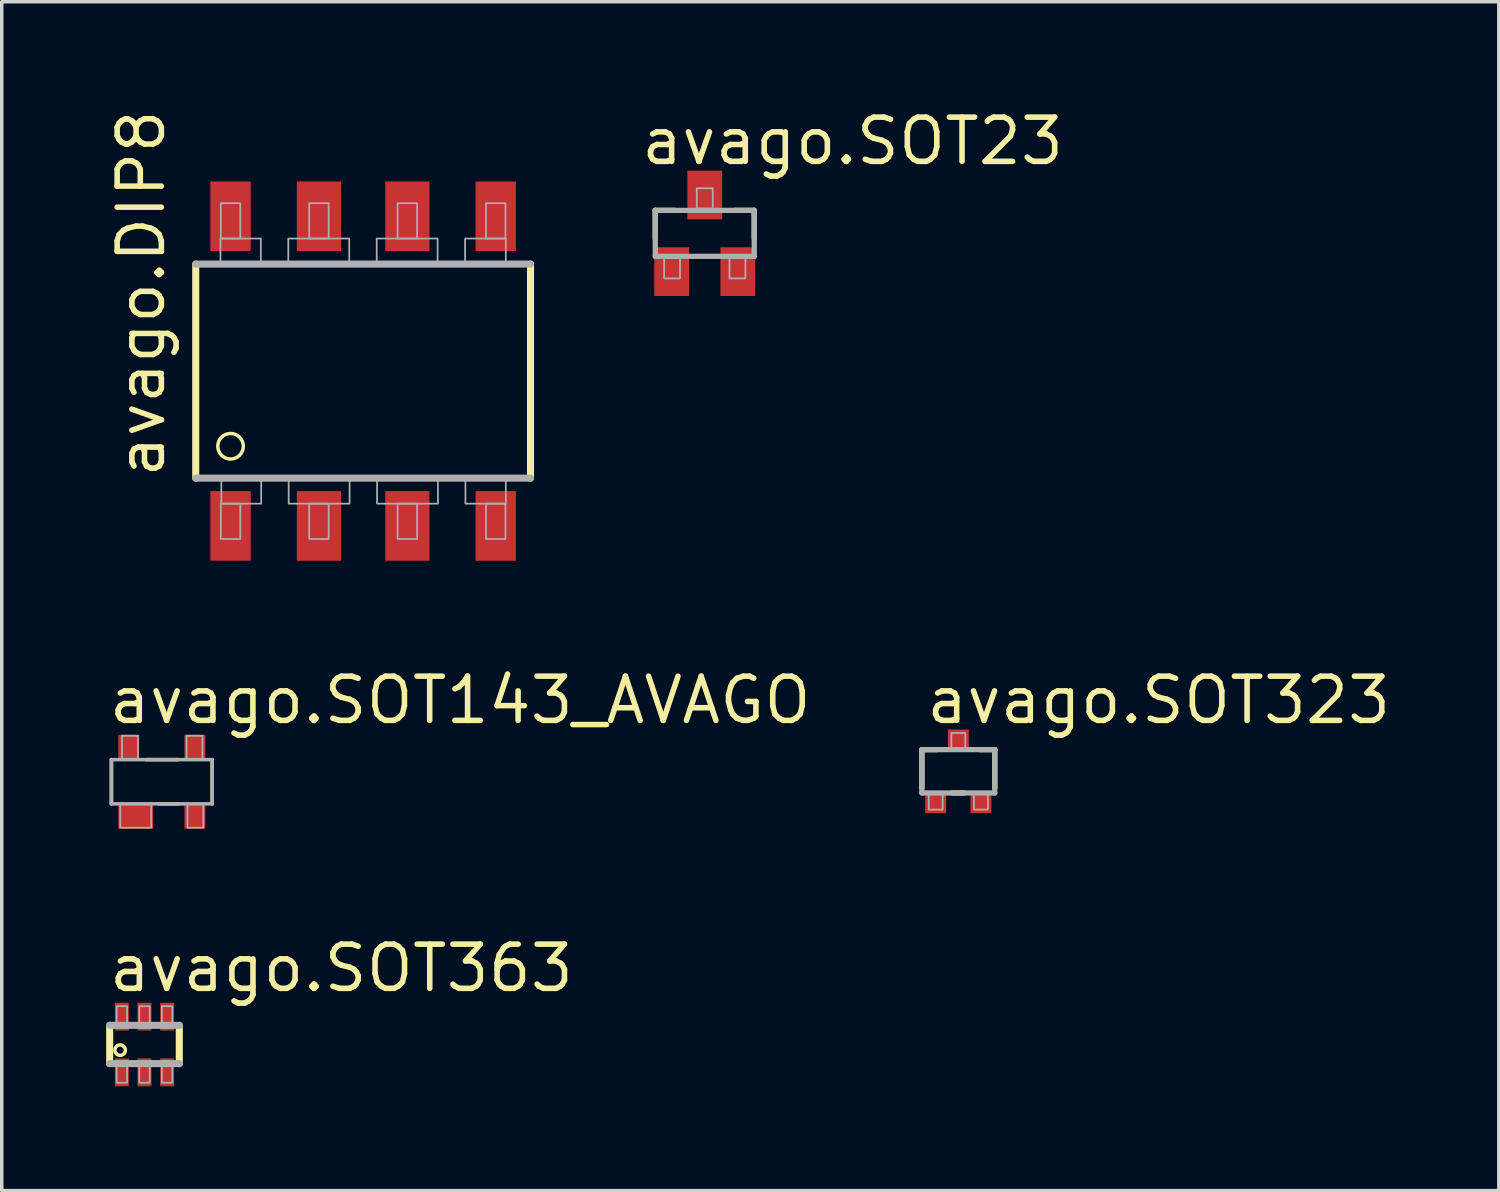
<source format=kicad_pcb>
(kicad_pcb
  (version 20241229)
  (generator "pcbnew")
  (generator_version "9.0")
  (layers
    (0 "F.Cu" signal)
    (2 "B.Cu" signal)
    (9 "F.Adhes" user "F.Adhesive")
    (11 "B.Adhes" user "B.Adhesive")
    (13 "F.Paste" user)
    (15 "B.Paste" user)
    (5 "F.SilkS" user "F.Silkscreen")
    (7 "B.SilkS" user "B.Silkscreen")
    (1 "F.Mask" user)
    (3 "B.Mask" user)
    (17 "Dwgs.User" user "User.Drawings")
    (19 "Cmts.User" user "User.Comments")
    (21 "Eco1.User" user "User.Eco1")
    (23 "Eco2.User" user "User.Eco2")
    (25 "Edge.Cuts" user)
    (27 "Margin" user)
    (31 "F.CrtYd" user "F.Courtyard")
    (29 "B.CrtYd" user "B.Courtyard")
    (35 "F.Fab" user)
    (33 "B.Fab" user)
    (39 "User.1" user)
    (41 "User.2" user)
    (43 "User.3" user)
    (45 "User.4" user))
  (footprint "avago.SOT23"
    (layer "F.Cu")
    (at 17.202 3.655)
    (property "Reference" "avago.SOT23" (at -1.905 -1.905 0) (layer "F.SilkS") (effects (font (size 1.27 1.27) (thickness 0.16)) (justify left bottom)))
    (attr smd)
    (fp_line (start -1.422 -0.66) (end -0.864 -0.66) (stroke (width 0.152) (type default)) (layer "F.SilkS"))
    (fp_line (start -1.422 0.152) (end -1.422 -0.66) (stroke (width 0.152) (type default)) (layer "F.SilkS"))
    (fp_line (start 0.864 -0.66) (end 1.422 -0.66) (stroke (width 0.152) (type default)) (layer "F.SilkS"))
    (fp_line (start 1.422 -0.66) (end 1.422 0.152) (stroke (width 0.152) (type default)) (layer "F.SilkS"))
    (fp_line (start -1.422 -0.66) (end 1.422 -0.66) (stroke (width 0.152) (type default)) (layer "F.Fab"))
    (fp_line (start -1.422 0.66) (end -1.422 -0.66) (stroke (width 0.152) (type default)) (layer "F.Fab"))
    (fp_line (start 1.422 -0.66) (end 1.422 0.66) (stroke (width 0.152) (type default)) (layer "F.Fab"))
    (fp_line (start 1.422 0.66) (end -1.422 0.66) (stroke (width 0.152) (type default)) (layer "F.Fab"))
    (fp_rect (start -1.168 1.295) (end -0.711 0.711) (stroke (width 0.05) (type default)) (fill no) (layer "F.Fab"))
    (fp_rect (start -0.229 -0.711) (end 0.229 -1.295) (stroke (width 0.05) (type default)) (fill no) (layer "F.Fab"))
    (fp_rect (start 0.711 1.295) (end 1.168 0.711) (stroke (width 0.05) (type default)) (fill no) (layer "F.Fab"))
    (pad "1" smd roundrect (at -0.95 1.1) (size 1 1.4) (layers "F.Cu" "F.Mask" "F.Paste") (roundrect_rratio 0.01))
    (pad "2" smd roundrect (at 0.95 1.1) (size 1 1.4) (layers "F.Cu" "F.Mask" "F.Paste") (roundrect_rratio 0.01))
    (pad "3" smd roundrect (at 0 -1.1) (size 1 1.4) (layers "F.Cu" "F.Mask" "F.Paste") (roundrect_rratio 0.01)))
  (footprint "avago.SOT323"
    (layer "F.Cu")
    (at 24.488 19.114)
    (property "Reference" "avago.SOT323" (at -1 -1.3 0) (layer "F.SilkS") (effects (font (size 1.27 1.27) (thickness 0.16)) (justify left bottom)))
    (attr smd)
    (fp_line (start -1.047 -0.623) (end -0.623 -0.623) (stroke (width 0.152) (type default)) (layer "F.SilkS"))
    (fp_line (start -1.047 0.473) (end -1.047 -0.623) (stroke (width 0.152) (type default)) (layer "F.SilkS"))
    (fp_line (start 0.165 0.623) (end -0.165 0.623) (stroke (width 0.152) (type default)) (layer "F.SilkS"))
    (fp_line (start 0.623 -0.623) (end 1.047 -0.623) (stroke (width 0.152) (type default)) (layer "F.SilkS"))
    (fp_line (start 1.047 -0.623) (end 1.047 0.473) (stroke (width 0.152) (type default)) (layer "F.SilkS"))
    (fp_line (start -1.047 -0.623) (end 1.047 -0.623) (stroke (width 0.152) (type default)) (layer "F.Fab"))
    (fp_line (start -1.047 0.623) (end -1.047 -0.623) (stroke (width 0.152) (type default)) (layer "F.Fab"))
    (fp_line (start 1.047 -0.623) (end 1.047 0.623) (stroke (width 0.152) (type default)) (layer "F.Fab"))
    (fp_line (start 1.047 0.623) (end -1.047 0.623) (stroke (width 0.152) (type default)) (layer "F.Fab"))
    (fp_rect (start -0.85 1.1) (end -0.45 0.625) (stroke (width 0.05) (type default)) (fill no) (layer "F.Fab"))
    (fp_rect (start -0.2 -0.625) (end 0.2 -1.1) (stroke (width 0.05) (type default)) (fill no) (layer "F.Fab"))
    (fp_rect (start 0.45 1.1) (end 0.85 0.625) (stroke (width 0.05) (type default)) (fill no) (layer "F.Fab"))
    (pad "1" smd roundrect (at -0.65 0.925) (size 0.6 0.55) (layers "F.Cu" "F.Mask" "F.Paste") (roundrect_rratio 0.01))
    (pad "2" smd roundrect (at 0.65 0.925) (size 0.6 0.55) (layers "F.Cu" "F.Mask" "F.Paste") (roundrect_rratio 0.01))
    (pad "3" smd roundrect (at 0 -0.925) (size 0.6 0.55) (layers "F.Cu" "F.Mask" "F.Paste") (roundrect_rratio 0.01)))
  (footprint "avago.DIP8"
    (layer "F.Cu")
    (at 7.385 7.614)
    (property "Reference" "avago.DIP8" (at -5.635 3.135 90) (layer "F.SilkS") (effects (font (size 1.27 1.27) (thickness 0.16)) (justify left bottom)))
    (attr smd)
    (fp_line (start -4.81 -3.075) (end -4.81 3.075) (stroke (width 0.203) (type default)) (layer "F.SilkS"))
    (fp_line (start 4.81 3.075) (end 4.81 -3.075) (stroke (width 0.203) (type default)) (layer "F.SilkS"))
    (fp_circle (center -3.81 2.159) (end -3.443 2.159) (stroke (width 0.1) (type default)) (fill no) (layer "F.SilkS"))
    (fp_line (start -4.81 3.075) (end 4.81 3.075) (stroke (width 0.203) (type default)) (layer "F.Fab"))
    (fp_line (start 4.81 -3.075) (end -4.81 -3.075) (stroke (width 0.203) (type default)) (layer "F.Fab"))
    (fp_rect (start -4.1 -3.1) (end -2.94 -3.81) (stroke (width 0.05) (type default)) (fill no) (layer "F.Fab"))
    (fp_rect (start -4.09 -3.81) (end -3.53 -4.825) (stroke (width 0.05) (type default)) (fill no) (layer "F.Fab"))
    (fp_rect (start -4.09 4.825) (end -3.53 3.81) (stroke (width 0.05) (type default)) (fill no) (layer "F.Fab"))
    (fp_rect (start -4.075 3.81) (end -2.93 3.1) (stroke (width 0.05) (type default)) (fill no) (layer "F.Fab"))
    (fp_rect (start -2.15 -3.1) (end -0.4 -3.81) (stroke (width 0.05) (type default)) (fill no) (layer "F.Fab"))
    (fp_rect (start -2.14 3.81) (end -0.39 3.1) (stroke (width 0.05) (type default)) (fill no) (layer "F.Fab"))
    (fp_rect (start -1.55 -3.81) (end -0.99 -4.825) (stroke (width 0.05) (type default)) (fill no) (layer "F.Fab"))
    (fp_rect (start -1.55 4.825) (end -0.99 3.81) (stroke (width 0.05) (type default)) (fill no) (layer "F.Fab"))
    (fp_rect (start 0.39 -3.1) (end 2.14 -3.81) (stroke (width 0.05) (type default)) (fill no) (layer "F.Fab"))
    (fp_rect (start 0.4 3.81) (end 2.15 3.1) (stroke (width 0.05) (type default)) (fill no) (layer "F.Fab"))
    (fp_rect (start 0.99 -3.81) (end 1.55 -4.825) (stroke (width 0.05) (type default)) (fill no) (layer "F.Fab"))
    (fp_rect (start 0.99 4.825) (end 1.55 3.81) (stroke (width 0.05) (type default)) (fill no) (layer "F.Fab"))
    (fp_rect (start 2.93 -3.1) (end 4.1 -3.81) (stroke (width 0.05) (type default)) (fill no) (layer "F.Fab"))
    (fp_rect (start 2.94 3.81) (end 4.1 3.1) (stroke (width 0.05) (type default)) (fill no) (layer "F.Fab"))
    (fp_rect (start 3.53 -3.81) (end 4.09 -4.825) (stroke (width 0.05) (type default)) (fill no) (layer "F.Fab"))
    (fp_rect (start 3.53 4.825) (end 4.09 3.81) (stroke (width 0.05) (type default)) (fill no) (layer "F.Fab"))
    (pad "1" smd roundrect (at -3.81 4.45) (size 1.16 2) (layers "F.Cu" "F.Mask" "F.Paste") (roundrect_rratio 0.01))
    (pad "2" smd roundrect (at -1.27 4.45) (size 1.27 2) (layers "F.Cu" "F.Mask" "F.Paste") (roundrect_rratio 0.01))
    (pad "3" smd roundrect (at 1.27 4.45) (size 1.27 2) (layers "F.Cu" "F.Mask" "F.Paste") (roundrect_rratio 0.01))
    (pad "4" smd roundrect (at 3.81 4.45) (size 1.16 2) (layers "F.Cu" "F.Mask" "F.Paste") (roundrect_rratio 0.01))
    (pad "5" smd roundrect (at 3.81 -4.45) (size 1.16 2) (layers "F.Cu" "F.Mask" "F.Paste") (roundrect_rratio 0.01))
    (pad "6" smd roundrect (at 1.27 -4.45) (size 1.27 2) (layers "F.Cu" "F.Mask" "F.Paste") (roundrect_rratio 0.01))
    (pad "7" smd roundrect (at -1.27 -4.45) (size 1.27 2) (layers "F.Cu" "F.Mask" "F.Paste") (roundrect_rratio 0.01))
    (pad "8" smd roundrect (at -3.81 -4.45) (size 1.16 2) (layers "F.Cu" "F.Mask" "F.Paste") (roundrect_rratio 0.01)))
  (footprint "avago.SOT363"
    (layer "F.Cu")
    (at 1.102 26.964)
    (property "Reference" "avago.SOT363" (at -1.1 -1.45 0) (layer "F.SilkS") (effects (font (size 1.27 1.27) (thickness 0.16)) (justify left bottom)))
    (attr smd)
    (fp_line (start -1 0.55) (end -1 -0.55) (stroke (width 0.203) (type default)) (layer "F.SilkS"))
    (fp_line (start 1 -0.55) (end 1 0.55) (stroke (width 0.203) (type default)) (layer "F.SilkS"))
    (fp_circle (center -0.7 0.163) (end -0.55 0.163) (stroke (width 0.1) (type default)) (fill no) (layer "F.SilkS"))
    (fp_line (start -1 -0.55) (end 1 -0.55) (stroke (width 0.203) (type default)) (layer "F.Fab"))
    (fp_line (start 1 0.55) (end -1 0.55) (stroke (width 0.203) (type default)) (layer "F.Fab"))
    (fp_rect (start -0.8 -0.6) (end -0.5 -1.1) (stroke (width 0.05) (type default)) (fill no) (layer "F.Fab"))
    (fp_rect (start -0.8 1.1) (end -0.5 0.6) (stroke (width 0.05) (type default)) (fill no) (layer "F.Fab"))
    (fp_rect (start -0.15 -0.6) (end 0.15 -1.1) (stroke (width 0.05) (type default)) (fill no) (layer "F.Fab"))
    (fp_rect (start -0.15 1.1) (end 0.15 0.6) (stroke (width 0.05) (type default)) (fill no) (layer "F.Fab"))
    (fp_rect (start 0.5 -0.6) (end 0.8 -1.1) (stroke (width 0.05) (type default)) (fill no) (layer "F.Fab"))
    (fp_rect (start 0.5 1.1) (end 0.8 0.6) (stroke (width 0.05) (type default)) (fill no) (layer "F.Fab"))
    (pad "1" smd roundrect (at -0.65 0.8) (size 0.4 0.8) (layers "F.Cu" "F.Mask" "F.Paste") (roundrect_rratio 0.01))
    (pad "2" smd roundrect (at 0 0.8) (size 0.4 0.8) (layers "F.Cu" "F.Mask" "F.Paste") (roundrect_rratio 0.01))
    (pad "3" smd roundrect (at 0.65 0.8) (size 0.4 0.8) (layers "F.Cu" "F.Mask" "F.Paste") (roundrect_rratio 0.01))
    (pad "4" smd roundrect (at 0.65 -0.8) (size 0.4 0.8) (layers "F.Cu" "F.Mask" "F.Paste") (roundrect_rratio 0.01))
    (pad "5" smd roundrect (at 0 -0.8) (size 0.4 0.8) (layers "F.Cu" "F.Mask" "F.Paste") (roundrect_rratio 0.01))
    (pad "6" smd roundrect (at -0.65 -0.8) (size 0.4 0.8) (layers "F.Cu" "F.Mask" "F.Paste") (roundrect_rratio 0.01)))
  (footprint "avago.SOT143_AVAGO"
    (layer "F.Cu")
    (at 1.6 19.414)
    (property "Reference" "avago.SOT143_AVAGO" (at -1.6 -1.6 0) (layer "F.SilkS") (effects (font (size 1.27 1.27) (thickness 0.16)) (justify left bottom)))
    (attr smd)
    (fp_line (start -1.448 0.635) (end -1.448 -0.635) (stroke (width 0.102) (type default)) (layer "F.SilkS"))
    (fp_line (start -0.46 -0.635) (end 0.46 -0.635) (stroke (width 0.102) (type default)) (layer "F.SilkS"))
    (fp_line (start -0.085 0.635) (end 0.485 0.635) (stroke (width 0.102) (type default)) (layer "F.SilkS"))
    (fp_line (start 1.448 0.635) (end 1.448 -0.635) (stroke (width 0.102) (type default)) (layer "F.SilkS"))
    (fp_line (start -1.448 -0.635) (end 1.448 -0.635) (stroke (width 0.102) (type default)) (layer "F.Fab"))
    (fp_line (start -1.448 0.635) (end -1.448 -0.635) (stroke (width 0.102) (type default)) (layer "F.Fab"))
    (fp_line (start -1.448 0.635) (end 1.448 0.635) (stroke (width 0.102) (type default)) (layer "F.Fab"))
    (fp_line (start 1.448 0.635) (end 1.448 -0.635) (stroke (width 0.102) (type default)) (layer "F.Fab"))
    (fp_rect (start -1.194 1.321) (end -0.305 0.635) (stroke (width 0.05) (type default)) (fill no) (layer "F.Fab"))
    (fp_rect (start -1.143 -0.635) (end -0.686 -1.321) (stroke (width 0.05) (type default)) (fill no) (layer "F.Fab"))
    (fp_rect (start 0.711 -0.635) (end 1.168 -1.321) (stroke (width 0.05) (type default)) (fill no) (layer "F.Fab"))
    (fp_rect (start 0.737 1.321) (end 1.194 0.635) (stroke (width 0.05) (type default)) (fill no) (layer "F.Fab"))
    (pad "1" smd roundrect (at -0.75 1) (size 1 0.7) (layers "F.Cu" "F.Mask" "F.Paste") (roundrect_rratio 0.01))
    (pad "2" smd roundrect (at 0.95 1) (size 0.6 0.7) (layers "F.Cu" "F.Mask" "F.Paste") (roundrect_rratio 0.01))
    (pad "3" smd roundrect (at -0.95 -1) (size 0.6 0.7) (layers "F.Cu" "F.Mask" "F.Paste") (roundrect_rratio 0.01))
    (pad "4" smd roundrect (at 0.95 -1) (size 0.6 0.7) (layers "F.Cu" "F.Mask" "F.Paste") (roundrect_rratio 0.01)))
  (gr_rect
    (start -3 -3)
    (end 40.019 31.164)
    (stroke (width 0.1) (type default))
    (fill no)
    (layer "Edge.Cuts")))
</source>
